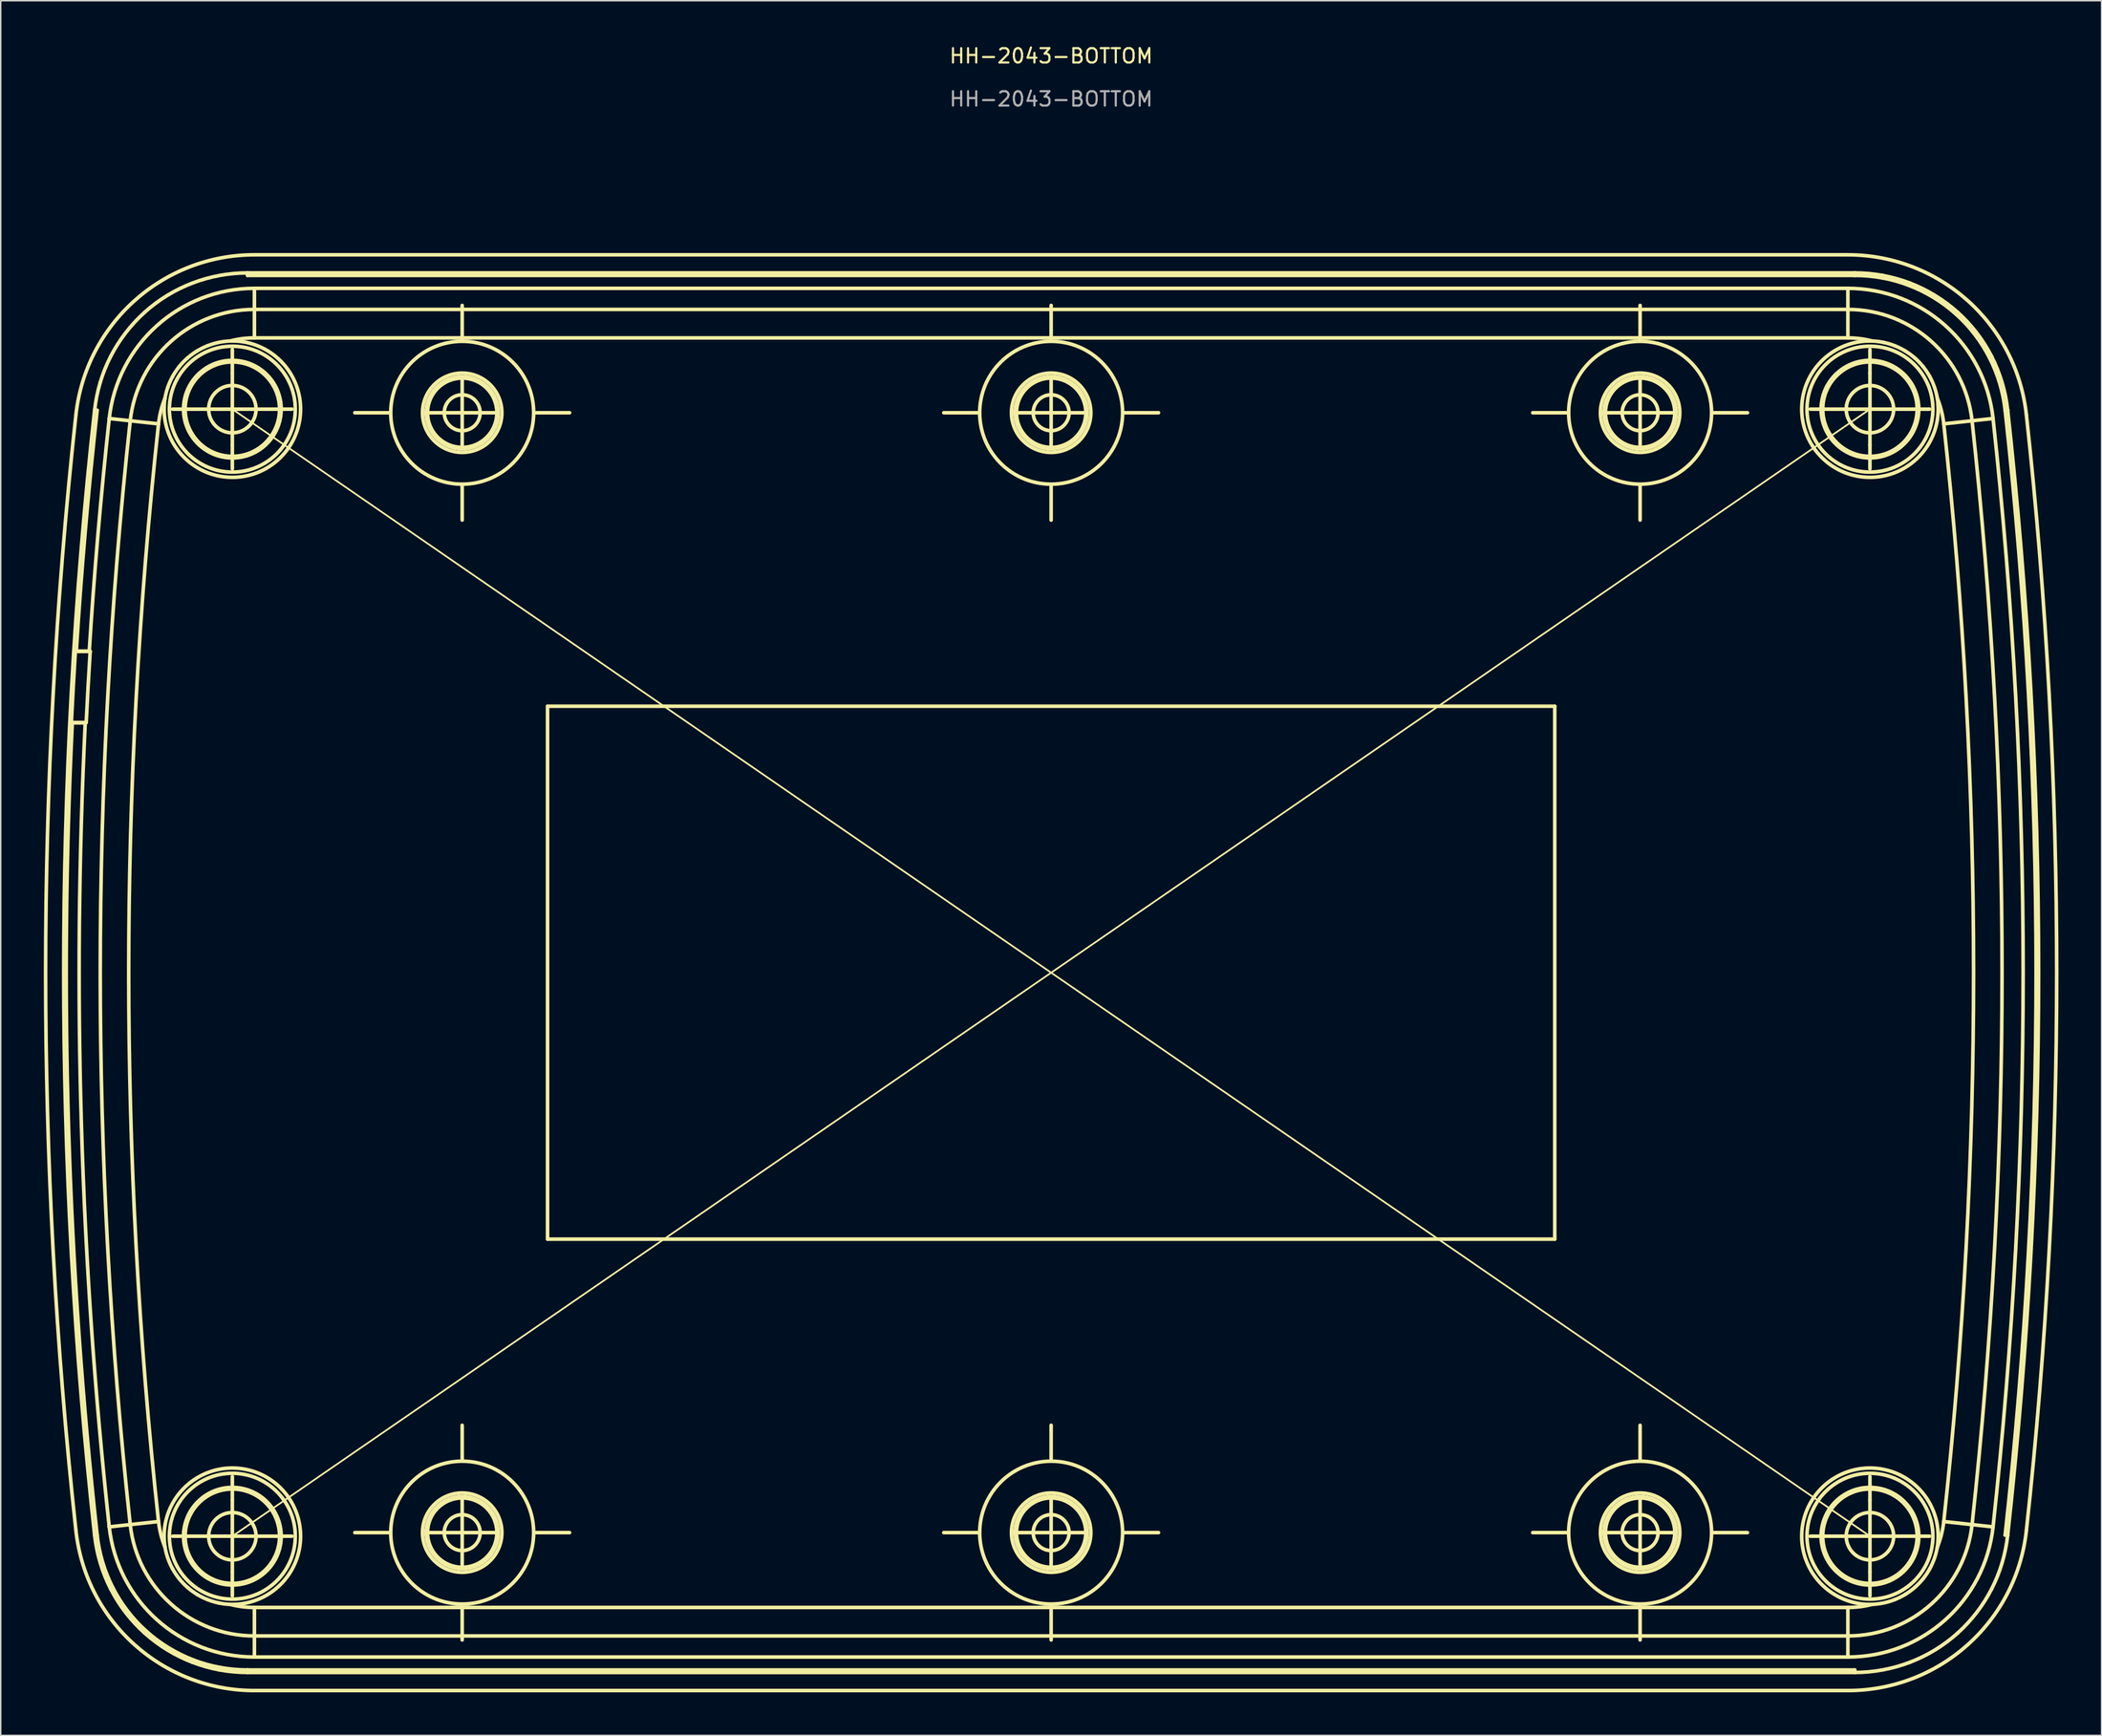
<source format=kicad_pcb>
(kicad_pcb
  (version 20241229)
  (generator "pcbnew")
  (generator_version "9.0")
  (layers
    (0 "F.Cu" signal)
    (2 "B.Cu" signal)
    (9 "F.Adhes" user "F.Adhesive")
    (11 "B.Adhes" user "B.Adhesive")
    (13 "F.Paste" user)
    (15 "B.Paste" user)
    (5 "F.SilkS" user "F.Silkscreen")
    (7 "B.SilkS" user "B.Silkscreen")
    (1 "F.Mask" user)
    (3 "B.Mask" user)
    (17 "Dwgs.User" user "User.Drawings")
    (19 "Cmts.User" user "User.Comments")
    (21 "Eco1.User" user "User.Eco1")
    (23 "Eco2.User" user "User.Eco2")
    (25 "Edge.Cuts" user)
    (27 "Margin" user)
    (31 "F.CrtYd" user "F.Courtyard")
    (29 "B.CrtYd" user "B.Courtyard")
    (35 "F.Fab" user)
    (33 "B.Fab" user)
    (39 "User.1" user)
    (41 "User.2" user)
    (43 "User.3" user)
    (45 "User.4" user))
  (footprint "HH-2043-BOTTOM"
    (layer "F.Cu")
    (at 70.125 64.698)
    (property "Reference" "HH-2043-BOTTOM" (at 0 -63.85 0) (unlocked yes) (layer "F.SilkS") (effects (font (size 1 1) (thickness 0.15))))
    (attr smd)
    (fp_line (start -68.206 -17.426) (end -67.174 -17.426) (stroke (width 0.25) (type solid)) (layer "F.SilkS"))
    (fp_line (start -68.142 -17.4) (end -68.206 -17.426) (stroke (width 0.25) (type solid)) (layer "F.SilkS"))
    (fp_line (start -68.142 -17.4) (end -67.241 -17.4) (stroke (width 0.25) (type solid)) (layer "F.SilkS"))
    (fp_line (start -67.93 -22.374) (end -67.863 -22.4) (stroke (width 0.25) (type solid)) (layer "F.SilkS"))
    (fp_line (start -67.174 -17.426) (end -67.241 -17.4) (stroke (width 0.25) (type solid)) (layer "F.SilkS"))
    (fp_line (start -66.961 -22.4) (end -67.863 -22.4) (stroke (width 0.25) (type solid)) (layer "F.SilkS"))
    (fp_line (start -66.961 -22.4) (end -66.897 -22.374) (stroke (width 0.25) (type solid)) (layer "F.SilkS"))
    (fp_line (start -66.897 -22.374) (end -67.93 -22.374) (stroke (width 0.25) (type solid)) (layer "F.SilkS"))
    (fp_line (start -66.412 -39.174) (end -66.586 -39.193) (stroke (width 0.25) (type solid)) (layer "F.SilkS"))
    (fp_line (start -66.412 39.174) (end -66.586 39.193) (stroke (width 0.25) (type solid)) (layer "F.SilkS"))
    (fp_line (start -64.109 -38.441) (end -65.57 -38.6) (stroke (width 0.25) (type solid)) (layer "F.SilkS"))
    (fp_line (start -64.109 38.441) (end -65.57 38.6) (stroke (width 0.25) (type solid)) (layer "F.SilkS"))
    (fp_line (start -62.139 -38.227) (end -64.109 -38.441) (stroke (width 0.25) (type solid)) (layer "F.SilkS"))
    (fp_line (start -62.139 38.227) (end -64.109 38.441) (stroke (width 0.25) (type solid)) (layer "F.SilkS"))
    (fp_line (start -59.5 -39.25) (end -61.15 -39.25) (stroke (width 0.25) (type solid)) (layer "F.SilkS"))
    (fp_line (start -59.5 39.25) (end -61.15 39.25) (stroke (width 0.25) (type solid)) (layer "F.SilkS"))
    (fp_line (start -57 -41.75) (end -57 -43.4) (stroke (width 0.25) (type solid)) (layer "F.SilkS"))
    (fp_line (start -57 -39.25) (end -59.5 -39.25) (stroke (width 0.25) (type solid)) (layer "F.SilkS"))
    (fp_line (start -57 -39.25) (end -57 -41.75) (stroke (width 0.25) (type solid)) (layer "F.SilkS"))
    (fp_line (start -57 -39.25) (end -57 -36.75) (stroke (width 0.25) (type solid)) (layer "F.SilkS"))
    (fp_line (start -57 -39.25) (end -54.5 -39.25) (stroke (width 0.25) (type solid)) (layer "F.SilkS"))
    (fp_line (start -57 -39.25) (end 57 39.25) (stroke (width 0.12) (type default)) (layer "F.SilkS"))
    (fp_line (start -57 -36.75) (end -57 -35.1) (stroke (width 0.25) (type solid)) (layer "F.SilkS"))
    (fp_line (start -57 36.75) (end -57 35.1) (stroke (width 0.25) (type solid)) (layer "F.SilkS"))
    (fp_line (start -57 39.25) (end -59.5 39.25) (stroke (width 0.25) (type solid)) (layer "F.SilkS"))
    (fp_line (start -57 39.25) (end -57 36.75) (stroke (width 0.25) (type solid)) (layer "F.SilkS"))
    (fp_line (start -57 39.25) (end -57 41.75) (stroke (width 0.25) (type solid)) (layer "F.SilkS"))
    (fp_line (start -57 39.25) (end -54.5 39.25) (stroke (width 0.25) (type solid)) (layer "F.SilkS"))
    (fp_line (start -57 41.75) (end -57 43.4) (stroke (width 0.25) (type solid)) (layer "F.SilkS"))
    (fp_line (start -55.943 48.565) (end -55.943 48.74) (stroke (width 0.25) (type solid)) (layer "F.SilkS"))
    (fp_line (start -55.943 48.565) (end 55.943 48.565) (stroke (width 0.25) (type solid)) (layer "F.SilkS"))
    (fp_line (start -55.943 48.74) (end 55.943 48.74) (stroke (width 0.25) (type solid)) (layer "F.SilkS"))
    (fp_line (start -55.943 -48.565) (end -55.943 -48.74) (stroke (width 0.25) (type solid)) (layer "F.SilkS"))
    (fp_line (start -55.464 -46.196) (end -55.464 -47.665) (stroke (width 0.25) (type solid)) (layer "F.SilkS"))
    (fp_line (start -55.464 -44.214) (end -55.464 -46.196) (stroke (width 0.25) (type solid)) (layer "F.SilkS"))
    (fp_line (start -55.464 -44.214) (end 55.464 -44.214) (stroke (width 0.25) (type solid)) (layer "F.SilkS"))
    (fp_line (start -55.464 44.214) (end -55.464 46.196) (stroke (width 0.25) (type solid)) (layer "F.SilkS"))
    (fp_line (start -55.464 46.196) (end -55.464 47.665) (stroke (width 0.25) (type solid)) (layer "F.SilkS"))
    (fp_line (start -55.464 46.196) (end 55.464 46.196) (stroke (width 0.25) (type solid)) (layer "F.SilkS"))
    (fp_line (start -55.464 47.665) (end 55.464 47.665) (stroke (width 0.25) (type solid)) (layer "F.SilkS"))
    (fp_line (start -55.464 50) (end 55.464 50) (stroke (width 0.25) (type solid)) (layer "F.SilkS"))
    (fp_line (start -54.5 -39.25) (end -52.85 -39.25) (stroke (width 0.25) (type solid)) (layer "F.SilkS"))
    (fp_line (start -54.5 39.25) (end -52.85 39.25) (stroke (width 0.25) (type solid)) (layer "F.SilkS"))
    (fp_line (start -46 -39) (end -48.475 -39) (stroke (width 0.25) (type solid)) (layer "F.SilkS"))
    (fp_line (start -46 39) (end -48.475 39) (stroke (width 0.25) (type solid)) (layer "F.SilkS"))
    (fp_line (start -41 -44) (end -41 -46.475) (stroke (width 0.25) (type solid)) (layer "F.SilkS"))
    (fp_line (start -41 -39) (end -43.5 -39) (stroke (width 0.25) (type solid)) (layer "F.SilkS"))
    (fp_line (start -41 -39) (end -41 -41.5) (stroke (width 0.25) (type solid)) (layer "F.SilkS"))
    (fp_line (start -41 -39) (end -41 -36.5) (stroke (width 0.25) (type solid)) (layer "F.SilkS"))
    (fp_line (start -41 -39) (end -38.5 -39) (stroke (width 0.25) (type solid)) (layer "F.SilkS"))
    (fp_line (start -41 -34) (end -41 -31.525) (stroke (width 0.25) (type solid)) (layer "F.SilkS"))
    (fp_line (start -41 34) (end -41 31.525) (stroke (width 0.25) (type solid)) (layer "F.SilkS"))
    (fp_line (start -41 39) (end -43.5 39) (stroke (width 0.25) (type solid)) (layer "F.SilkS"))
    (fp_line (start -41 39) (end -41 36.5) (stroke (width 0.25) (type solid)) (layer "F.SilkS"))
    (fp_line (start -41 39) (end -41 41.5) (stroke (width 0.25) (type solid)) (layer "F.SilkS"))
    (fp_line (start -41 39) (end -38.5 39) (stroke (width 0.25) (type solid)) (layer "F.SilkS"))
    (fp_line (start -41 44) (end -41 46.475) (stroke (width 0.25) (type solid)) (layer "F.SilkS"))
    (fp_line (start -36 -39) (end -33.525 -39) (stroke (width 0.25) (type solid)) (layer "F.SilkS"))
    (fp_line (start -36 39) (end -33.525 39) (stroke (width 0.25) (type solid)) (layer "F.SilkS"))
    (fp_line (start -35.058 -18.558) (end 35.058 -18.558) (stroke (width 0.25) (type solid)) (layer "F.SilkS"))
    (fp_line (start -35.058 18.558) (end -35.058 -18.558) (stroke (width 0.25) (type solid)) (layer "F.SilkS"))
    (fp_line (start -5 -39) (end -7.475 -39) (stroke (width 0.25) (type solid)) (layer "F.SilkS"))
    (fp_line (start -5 39) (end -7.475 39) (stroke (width 0.25) (type solid)) (layer "F.SilkS"))
    (fp_line (start 0.000005 -44) (end 0.000005 -46.475) (stroke (width 0.25) (type solid)) (layer "F.SilkS"))
    (fp_line (start 0.000005 -39) (end -2.5 -39) (stroke (width 0.25) (type solid)) (layer "F.SilkS"))
    (fp_line (start 0.000005 -39) (end 0.000005 -41.5) (stroke (width 0.25) (type solid)) (layer "F.SilkS"))
    (fp_line (start 0.000005 -39) (end 0.000005 -36.5) (stroke (width 0.25) (type solid)) (layer "F.SilkS"))
    (fp_line (start 0.000005 -39) (end 2.5 -39) (stroke (width 0.25) (type solid)) (layer "F.SilkS"))
    (fp_line (start 0.000005 -34) (end 0.000005 -31.525) (stroke (width 0.25) (type solid)) (layer "F.SilkS"))
    (fp_line (start 0.000005 34) (end 0.000005 31.525) (stroke (width 0.25) (type solid)) (layer "F.SilkS"))
    (fp_line (start 0.000005 39) (end -2.5 39) (stroke (width 0.25) (type solid)) (layer "F.SilkS"))
    (fp_line (start 0.000005 39) (end 0.000005 36.5) (stroke (width 0.25) (type solid)) (layer "F.SilkS"))
    (fp_line (start 0.000005 39) (end 0.000005 41.5) (stroke (width 0.25) (type solid)) (layer "F.SilkS"))
    (fp_line (start 0.000005 39) (end 2.5 39) (stroke (width 0.25) (type solid)) (layer "F.SilkS"))
    (fp_line (start 0.000005 44) (end 0.000005 46.475) (stroke (width 0.25) (type solid)) (layer "F.SilkS"))
    (fp_line (start 5 -39) (end 7.475 -39) (stroke (width 0.25) (type solid)) (layer "F.SilkS"))
    (fp_line (start 5 39) (end 7.475 39) (stroke (width 0.25) (type solid)) (layer "F.SilkS"))
    (fp_line (start 35.058 -18.558) (end 35.058 18.558) (stroke (width 0.25) (type solid)) (layer "F.SilkS"))
    (fp_line (start 35.058 18.558) (end -35.058 18.558) (stroke (width 0.25) (type solid)) (layer "F.SilkS"))
    (fp_line (start 36 -39) (end 33.525 -39) (stroke (width 0.25) (type solid)) (layer "F.SilkS"))
    (fp_line (start 36 39) (end 33.525 39) (stroke (width 0.25) (type solid)) (layer "F.SilkS"))
    (fp_line (start 41 -44) (end 41 -46.475) (stroke (width 0.25) (type solid)) (layer "F.SilkS"))
    (fp_line (start 41 -39) (end 38.5 -39) (stroke (width 0.25) (type solid)) (layer "F.SilkS"))
    (fp_line (start 41 -39) (end 41 -41.5) (stroke (width 0.25) (type solid)) (layer "F.SilkS"))
    (fp_line (start 41 -39) (end 41 -36.5) (stroke (width 0.25) (type solid)) (layer "F.SilkS"))
    (fp_line (start 41 -39) (end 43.5 -39) (stroke (width 0.25) (type solid)) (layer "F.SilkS"))
    (fp_line (start 41 -34) (end 41 -31.525) (stroke (width 0.25) (type solid)) (layer "F.SilkS"))
    (fp_line (start 41 34) (end 41 31.525) (stroke (width 0.25) (type solid)) (layer "F.SilkS"))
    (fp_line (start 41 39) (end 38.5 39) (stroke (width 0.25) (type solid)) (layer "F.SilkS"))
    (fp_line (start 41 39) (end 41 36.5) (stroke (width 0.25) (type solid)) (layer "F.SilkS"))
    (fp_line (start 41 39) (end 41 41.5) (stroke (width 0.25) (type solid)) (layer "F.SilkS"))
    (fp_line (start 41 39) (end 43.5 39) (stroke (width 0.25) (type solid)) (layer "F.SilkS"))
    (fp_line (start 41 44) (end 41 46.475) (stroke (width 0.25) (type solid)) (layer "F.SilkS"))
    (fp_line (start 46 -39) (end 48.475 -39) (stroke (width 0.25) (type solid)) (layer "F.SilkS"))
    (fp_line (start 46 39) (end 48.475 39) (stroke (width 0.25) (type solid)) (layer "F.SilkS"))
    (fp_line (start 54.5 -39.25) (end 52.85 -39.25) (stroke (width 0.25) (type solid)) (layer "F.SilkS"))
    (fp_line (start 54.5 39.25) (end 52.85 39.25) (stroke (width 0.25) (type solid)) (layer "F.SilkS"))
    (fp_line (start 55.464 -50) (end -55.464 -50) (stroke (width 0.25) (type solid)) (layer "F.SilkS"))
    (fp_line (start 55.464 -47.665) (end -55.464 -47.665) (stroke (width 0.25) (type solid)) (layer "F.SilkS"))
    (fp_line (start 55.464 -46.196) (end -55.464 -46.196) (stroke (width 0.25) (type solid)) (layer "F.SilkS"))
    (fp_line (start 55.464 -46.196) (end 55.464 -47.665) (stroke (width 0.25) (type solid)) (layer "F.SilkS"))
    (fp_line (start 55.464 -46.196) (end 55.464 -44.214) (stroke (width 0.25) (type solid)) (layer "F.SilkS"))
    (fp_line (start 55.464 44.214) (end -55.464 44.214) (stroke (width 0.25) (type solid)) (layer "F.SilkS"))
    (fp_line (start 55.464 46.196) (end 55.464 44.214) (stroke (width 0.25) (type solid)) (layer "F.SilkS"))
    (fp_line (start 55.464 46.196) (end 55.464 47.665) (stroke (width 0.25) (type solid)) (layer "F.SilkS"))
    (fp_line (start 55.943 48.565) (end 55.943 48.74) (stroke (width 0.25) (type solid)) (layer "F.SilkS"))
    (fp_line (start 55.943 -48.74) (end -55.943 -48.74) (stroke (width 0.25) (type solid)) (layer "F.SilkS"))
    (fp_line (start 55.943 -48.565) (end -55.943 -48.565) (stroke (width 0.25) (type solid)) (layer "F.SilkS"))
    (fp_line (start 55.943 -48.565) (end 55.943 -48.74) (stroke (width 0.25) (type solid)) (layer "F.SilkS"))
    (fp_line (start 57 -39.25) (end -57 39.25) (stroke (width 0.12) (type default)) (layer "F.SilkS"))
    (fp_line (start 57 -41.75) (end 57 -43.4) (stroke (width 0.25) (type solid)) (layer "F.SilkS"))
    (fp_line (start 57 -39.25) (end 54.5 -39.25) (stroke (width 0.25) (type solid)) (layer "F.SilkS"))
    (fp_line (start 57 -39.25) (end 57 -41.75) (stroke (width 0.25) (type solid)) (layer "F.SilkS"))
    (fp_line (start 57 -39.25) (end 57 -36.75) (stroke (width 0.25) (type solid)) (layer "F.SilkS"))
    (fp_line (start 57 -39.25) (end 59.5 -39.25) (stroke (width 0.25) (type solid)) (layer "F.SilkS"))
    (fp_line (start 57 -36.75) (end 57 -35.1) (stroke (width 0.25) (type solid)) (layer "F.SilkS"))
    (fp_line (start 57 36.75) (end 57 35.1) (stroke (width 0.25) (type solid)) (layer "F.SilkS"))
    (fp_line (start 57 39.25) (end 54.5 39.25) (stroke (width 0.25) (type solid)) (layer "F.SilkS"))
    (fp_line (start 57 39.25) (end 57 36.75) (stroke (width 0.25) (type solid)) (layer "F.SilkS"))
    (fp_line (start 57 39.25) (end 57 41.75) (stroke (width 0.25) (type solid)) (layer "F.SilkS"))
    (fp_line (start 57 39.25) (end 59.5 39.25) (stroke (width 0.25) (type solid)) (layer "F.SilkS"))
    (fp_line (start 57 41.75) (end 57 43.4) (stroke (width 0.25) (type solid)) (layer "F.SilkS"))
    (fp_line (start 59.5 -39.25) (end 61.15 -39.25) (stroke (width 0.25) (type solid)) (layer "F.SilkS"))
    (fp_line (start 59.5 39.25) (end 61.15 39.25) (stroke (width 0.25) (type solid)) (layer "F.SilkS"))
    (fp_line (start 64.109 -38.441) (end 62.139 -38.227) (stroke (width 0.25) (type solid)) (layer "F.SilkS"))
    (fp_line (start 64.109 -38.441) (end 65.57 -38.6) (stroke (width 0.25) (type solid)) (layer "F.SilkS"))
    (fp_line (start 64.109 38.441) (end 62.139 38.227) (stroke (width 0.25) (type solid)) (layer "F.SilkS"))
    (fp_line (start 64.109 38.441) (end 65.57 38.6) (stroke (width 0.25) (type solid)) (layer "F.SilkS"))
    (fp_line (start 66.412 -39.174) (end 66.586 -39.193) (stroke (width 0.25) (type solid)) (layer "F.SilkS"))
    (fp_line (start 66.412 39.174) (end 66.586 39.193) (stroke (width 0.25) (type solid)) (layer "F.SilkS"))
    (fp_arc (start -68.206145 -17.426191) (mid -68.076806 -19.900478) (end -67.930323 -22.373809) (stroke (width 0.25) (type solid)) (layer "F.SilkS"))
    (fp_arc (start -67.890699 -38.853232) (mid -63.810867 -46.804998) (end -55.464164 -50) (stroke (width 0.25) (type solid)) (layer "F.SilkS"))
    (fp_arc (start -67.890699 38.853232) (mid -69.999995 0) (end -67.890699 -38.853232) (stroke (width 0.25) (type solid)) (layer "F.SilkS"))
    (fp_arc (start -67.862934 -22.4) (mid -67.236472 -30.795387) (end -66.412471 -39.173693) (stroke (width 0.25) (type solid)) (layer "F.SilkS"))
    (fp_arc (start -67.173636 -17.426191) (mid -67.043921 -19.900481) (end -66.897013 -22.373809) (stroke (width 0.25) (type solid)) (layer "F.SilkS"))
    (fp_arc (start -66.961112 -22.4) (mid -66.357841 -30.508179) (end -65.569848 -38.600495) (stroke (width 0.25) (type solid)) (layer "F.SilkS"))
    (fp_arc (start -66.586395 39.192869) (mid -68.740446 0) (end -66.586395 -39.192869) (stroke (width 0.25) (type solid)) (layer "F.SilkS"))
    (fp_arc (start -66.412446 39.17392) (mid -68.398594 10.921241) (end -68.141728 -17.4) (stroke (width 0.25) (type solid)) (layer "F.SilkS"))
    (fp_arc (start -65.569848 -38.600495) (mid -62.25199 -45.067146) (end -55.464164 -47.665428) (stroke (width 0.25) (type solid)) (layer "F.SilkS"))
    (fp_arc (start -65.569848 38.600495) (mid -67.50684 10.633114) (end -67.240611 -17.4) (stroke (width 0.25) (type solid)) (layer "F.SilkS"))
    (fp_arc (start -64.109252 -38.441438) (mid -61.270932 -43.973453) (end -55.464164 -46.196197) (stroke (width 0.25) (type solid)) (layer "F.SilkS"))
    (fp_arc (start -64.109252 38.441438) (mid -66.196193 0) (end -64.109252 -38.441438) (stroke (width 0.25) (type solid)) (layer "F.SilkS"))
    (fp_arc (start -62.139174 -38.226899) (mid -61.975164 -39.140451) (end -61.686733 -40.022654) (stroke (width 0.25) (type solid)) (layer "F.SilkS"))
    (fp_arc (start -62.139174 38.226899) (mid -64.214468 0) (end -62.139174 -38.226899) (stroke (width 0.25) (type solid)) (layer "F.SilkS"))
    (fp_arc (start -61.686733 40.022654) (mid -61.975164 39.14045) (end -62.139174 38.226899) (stroke (width 0.25) (type solid)) (layer "F.SilkS"))
    (fp_arc (start -61.686733 40.022654) (mid -53.866818 35.679897) (end -57.157738 43.99738) (stroke (width 0.25) (type solid)) (layer "F.SilkS"))
    (fp_arc (start -57.157738 -43.99738) (mid -53.866816 -35.679894) (end -61.686733 -40.022654) (stroke (width 0.25) (type solid)) (layer "F.SilkS"))
    (fp_arc (start -57.157738 -43.99738) (mid -56.31788 -44.159978) (end -55.464164 -44.214472) (stroke (width 0.25) (type solid)) (layer "F.SilkS"))
    (fp_arc (start -55.464164 44.214472) (mid -56.31788 44.159979) (end -57.157738 43.99738) (stroke (width 0.25) (type solid)) (layer "F.SilkS"))
    (fp_arc (start -55.464164 46.196197) (mid -61.270921 43.973435) (end -64.109252 38.441438) (stroke (width 0.25) (type solid)) (layer "F.SilkS"))
    (fp_arc (start -55.464164 47.665428) (mid -62.251979 45.067129) (end -65.569848 38.600495) (stroke (width 0.25) (type solid)) (layer "F.SilkS"))
    (fp_arc (start -55.464164 50) (mid -63.810856 46.804981) (end -67.890699 38.853232) (stroke (width 0.25) (type solid)) (layer "F.SilkS"))
    (fp_arc (start 55.464174 -50) (mid 63.810866 -46.804981) (end 67.890708 -38.853232) (stroke (width 0.25) (type solid)) (layer "F.SilkS"))
    (fp_arc (start 55.464174 -47.665428) (mid 62.251989 -45.067129) (end 65.569857 -38.600495) (stroke (width 0.25) (type solid)) (layer "F.SilkS"))
    (fp_arc (start 55.464174 -46.196197) (mid 61.270899 -43.973418) (end 64.109261 -38.441438) (stroke (width 0.25) (type solid)) (layer "F.SilkS"))
    (fp_arc (start 55.464174 -44.214472) (mid 56.317888 -44.159972) (end 57.157747 -43.99738) (stroke (width 0.25) (type solid)) (layer "F.SilkS"))
    (fp_arc (start 57.157747 43.99738) (mid 56.317889 44.159983) (end 55.464174 44.214472) (stroke (width 0.25) (type solid)) (layer "F.SilkS"))
    (fp_arc (start 57.157747 43.99738) (mid 53.866847 35.679824) (end 61.686742 40.022654) (stroke (width 0.25) (type solid)) (layer "F.SilkS"))
    (fp_arc (start 61.686742 -40.022654) (mid 53.866808 -35.679894) (end 57.157747 -43.99738) (stroke (width 0.25) (type solid)) (layer "F.SilkS"))
    (fp_arc (start 61.686742 -40.022654) (mid 61.975164 -39.140448) (end 62.139183 -38.226899) (stroke (width 0.25) (type solid)) (layer "F.SilkS"))
    (fp_arc (start 62.139183 -38.226899) (mid 64.214477 0) (end 62.139183 38.226899) (stroke (width 0.25) (type solid)) (layer "F.SilkS"))
    (fp_arc (start 62.139183 38.226899) (mid 61.975166 39.140448) (end 61.686742 40.022654) (stroke (width 0.25) (type solid)) (layer "F.SilkS"))
    (fp_arc (start 64.109261 -38.441438) (mid 66.196202 0) (end 64.109261 38.441438) (stroke (width 0.25) (type solid)) (layer "F.SilkS"))
    (fp_arc (start 64.109261 38.441438) (mid 61.270928 43.973435) (end 55.464174 46.196197) (stroke (width 0.25) (type solid)) (layer "F.SilkS"))
    (fp_arc (start 65.569857 -38.600495) (mid 67.665432 0) (end 65.569857 38.600495) (stroke (width 0.25) (type solid)) (layer "F.SilkS"))
    (fp_arc (start 65.569857 38.600495) (mid 62.251985 45.067129) (end 55.464174 47.665428) (stroke (width 0.25) (type solid)) (layer "F.SilkS"))
    (fp_arc (start 66.412456 -39.17392) (mid 68.565478 -0.000114) (end 66.41248 39.173693) (stroke (width 0.25) (type solid)) (layer "F.SilkS"))
    (fp_arc (start 66.586404 -39.192869) (mid 68.740455 0) (end 66.586404 39.192869) (stroke (width 0.25) (type solid)) (layer "F.SilkS"))
    (fp_arc (start 67.890708 -38.853232) (mid 70.000005 0) (end 67.890708 38.853232) (stroke (width 0.25) (type solid)) (layer "F.SilkS"))
    (fp_arc (start 67.890708 38.853232) (mid 63.810862 46.804981) (end 55.464174 50) (stroke (width 0.25) (type solid)) (layer "F.SilkS"))
    (fp_circle (center -57 -39.25) (end -55.35 -39.25) (stroke (width 0.25) (type solid)) (fill no) (layer "F.SilkS"))
    (fp_circle (center -57 -39.25) (end -53.715 -39.25) (stroke (width 0.25) (type solid)) (fill no) (layer "F.SilkS"))
    (fp_circle (center -57 -39.25) (end -53.6 -39.25) (stroke (width 0.25) (type solid)) (fill no) (layer "F.SilkS"))
    (fp_circle (center -57 -39.25) (end -52.617 -39.25) (stroke (width 0.25) (type solid)) (fill no) (layer "F.SilkS"))
    (fp_circle (center -57 39.25) (end -55.35 39.25) (stroke (width 0.25) (type solid)) (fill no) (layer "F.SilkS"))
    (fp_circle (center -57 39.25) (end -53.715 39.25) (stroke (width 0.25) (type solid)) (fill no) (layer "F.SilkS"))
    (fp_circle (center -57 39.25) (end -53.6 39.25) (stroke (width 0.25) (type solid)) (fill no) (layer "F.SilkS"))
    (fp_circle (center -57 39.25) (end -52.617 39.25) (stroke (width 0.25) (type solid)) (fill no) (layer "F.SilkS"))
    (fp_circle (center -41 -39) (end -39.75 -39) (stroke (width 0.25) (type solid)) (fill no) (layer "F.SilkS"))
    (fp_circle (center -41 -39) (end -38.587 -39) (stroke (width 0.25) (type solid)) (fill no) (layer "F.SilkS"))
    (fp_circle (center -41 -39) (end -38.487 -39) (stroke (width 0.25) (type solid)) (fill no) (layer "F.SilkS"))
    (fp_circle (center -41 -39) (end -38.237 -39) (stroke (width 0.25) (type solid)) (fill no) (layer "F.SilkS"))
    (fp_circle (center -41 -39) (end -36.025 -39) (stroke (width 0.25) (type solid)) (fill no) (layer "F.SilkS"))
    (fp_circle (center -41 39) (end -39.75 39) (stroke (width 0.25) (type solid)) (fill no) (layer "F.SilkS"))
    (fp_circle (center -41 39) (end -38.587 39) (stroke (width 0.25) (type solid)) (fill no) (layer "F.SilkS"))
    (fp_circle (center -41 39) (end -38.487 39) (stroke (width 0.25) (type solid)) (fill no) (layer "F.SilkS"))
    (fp_circle (center -41 39) (end -38.237 39) (stroke (width 0.25) (type solid)) (fill no) (layer "F.SilkS"))
    (fp_circle (center -41 39) (end -36.025 39) (stroke (width 0.25) (type solid)) (fill no) (layer "F.SilkS"))
    (fp_circle (center 0.000005 -39) (end 1.25 -39) (stroke (width 0.25) (type solid)) (fill no) (layer "F.SilkS"))
    (fp_circle (center 0.000005 -39) (end 2.413 -39) (stroke (width 0.25) (type solid)) (fill no) (layer "F.SilkS"))
    (fp_circle (center 0.000005 -39) (end 2.513 -39) (stroke (width 0.25) (type solid)) (fill no) (layer "F.SilkS"))
    (fp_circle (center 0.000005 -39) (end 2.763 -39) (stroke (width 0.25) (type solid)) (fill no) (layer "F.SilkS"))
    (fp_circle (center 0.000005 -39) (end 4.975 -39) (stroke (width 0.25) (type solid)) (fill no) (layer "F.SilkS"))
    (fp_circle (center 0.000005 39) (end 1.25 39) (stroke (width 0.25) (type solid)) (fill no) (layer "F.SilkS"))
    (fp_circle (center 0.000005 39) (end 2.413 39) (stroke (width 0.25) (type solid)) (fill no) (layer "F.SilkS"))
    (fp_circle (center 0.000005 39) (end 2.513 39) (stroke (width 0.25) (type solid)) (fill no) (layer "F.SilkS"))
    (fp_circle (center 0.000005 39) (end 2.763 39) (stroke (width 0.25) (type solid)) (fill no) (layer "F.SilkS"))
    (fp_circle (center 0.000005 39) (end 4.975 39) (stroke (width 0.25) (type solid)) (fill no) (layer "F.SilkS"))
    (fp_circle (center 41 -39) (end 42.25 -39) (stroke (width 0.25) (type solid)) (fill no) (layer "F.SilkS"))
    (fp_circle (center 41 -39) (end 43.413 -39) (stroke (width 0.25) (type solid)) (fill no) (layer "F.SilkS"))
    (fp_circle (center 41 -39) (end 43.513 -39) (stroke (width 0.25) (type solid)) (fill no) (layer "F.SilkS"))
    (fp_circle (center 41 -39) (end 43.763 -39) (stroke (width 0.25) (type solid)) (fill no) (layer "F.SilkS"))
    (fp_circle (center 41 -39) (end 45.975 -39) (stroke (width 0.25) (type solid)) (fill no) (layer "F.SilkS"))
    (fp_circle (center 41 39) (end 42.25 39) (stroke (width 0.25) (type solid)) (fill no) (layer "F.SilkS"))
    (fp_circle (center 41 39) (end 43.413 39) (stroke (width 0.25) (type solid)) (fill no) (layer "F.SilkS"))
    (fp_circle (center 41 39) (end 43.513 39) (stroke (width 0.25) (type solid)) (fill no) (layer "F.SilkS"))
    (fp_circle (center 41 39) (end 43.763 39) (stroke (width 0.25) (type solid)) (fill no) (layer "F.SilkS"))
    (fp_circle (center 41 39) (end 45.975 39) (stroke (width 0.25) (type solid)) (fill no) (layer "F.SilkS"))
    (fp_circle (center 57 -39.25) (end 58.65 -39.25) (stroke (width 0.25) (type solid)) (fill no) (layer "F.SilkS"))
    (fp_circle (center 57 -39.25) (end 60.285 -39.25) (stroke (width 0.25) (type solid)) (fill no) (layer "F.SilkS"))
    (fp_circle (center 57 -39.25) (end 60.4 -39.25) (stroke (width 0.25) (type solid)) (fill no) (layer "F.SilkS"))
    (fp_circle (center 57 -39.25) (end 61.383 -39.25) (stroke (width 0.25) (type solid)) (fill no) (layer "F.SilkS"))
    (fp_circle (center 57 39.25) (end 58.65 39.25) (stroke (width 0.25) (type solid)) (fill no) (layer "F.SilkS"))
    (fp_circle (center 57 39.25) (end 60.285 39.25) (stroke (width 0.25) (type solid)) (fill no) (layer "F.SilkS"))
    (fp_circle (center 57 39.25) (end 60.4 39.25) (stroke (width 0.25) (type solid)) (fill no) (layer "F.SilkS"))
    (fp_circle (center 57 39.25) (end 61.383 39.25) (stroke (width 0.25) (type solid)) (fill no) (layer "F.SilkS"))
    (fp_curve (pts (xy -66.586 39.193) (xy -66.446 40.483) (xy -66.065 41.758) (xy -65.471 42.921)) (stroke (width 0.25) (type solid)) (layer "F.SilkS"))
    (fp_curve (pts (xy -66.412 39.174) (xy -66.274 40.442) (xy -65.9 41.698) (xy -65.315 42.842)) (stroke (width 0.25) (type solid)) (layer "F.SilkS"))
    (fp_curve (pts (xy -66.196 -41.12) (xy -66.383 -40.494) (xy -66.515 -39.844) (xy -66.586 -39.193)) (stroke (width 0.25) (type solid)) (layer "F.SilkS"))
    (fp_curve (pts (xy -65.471 42.921) (xy -64.877 44.084) (xy -64.069 45.134) (xy -63.096 46.005)) (stroke (width 0.25) (type solid)) (layer "F.SilkS"))
    (fp_curve (pts (xy -65.469 -42.926) (xy -65.766 -42.348) (xy -66.008 -41.746) (xy -66.196 -41.12)) (stroke (width 0.25) (type solid)) (layer "F.SilkS"))
    (fp_curve (pts (xy -65.315 42.842) (xy -64.731 43.986) (xy -63.936 45.019) (xy -62.979 45.875)) (stroke (width 0.25) (type solid)) (layer "F.SilkS"))
    (fp_curve (pts (xy -63.096 46.005) (xy -62.124 46.876) (xy -60.987 47.568) (xy -59.775 48.034)) (stroke (width 0.25) (type solid)) (layer "F.SilkS"))
    (fp_curve (pts (xy -63.093 -46.008) (xy -64.064 -45.136) (xy -64.875 -44.081) (xy -65.469 -42.926)) (stroke (width 0.25) (type solid)) (layer "F.SilkS"))
    (fp_curve (pts (xy -62.979 45.875) (xy -62.023 46.732) (xy -60.905 47.413) (xy -59.712 47.87)) (stroke (width 0.25) (type solid)) (layer "F.SilkS"))
    (fp_curve (pts (xy -61.687 -40.023) (xy -61.643 -40.28) (xy -61.577 -40.534) (xy -61.49 -40.784)) (stroke (width 0.25) (type solid)) (layer "F.SilkS"))
    (fp_curve (pts (xy -61.49 -40.784) (xy -61.403 -41.035) (xy -61.293 -41.284) (xy -61.161 -41.523)) (stroke (width 0.25) (type solid)) (layer "F.SilkS"))
    (fp_curve (pts (xy -61.161 -41.523) (xy -61.029 -41.763) (xy -60.877 -41.991) (xy -60.705 -42.206)) (stroke (width 0.25) (type solid)) (layer "F.SilkS"))
    (fp_curve (pts (xy -61.159 41.528) (xy -61.422 41.051) (xy -61.598 40.537) (xy -61.687 40.023)) (stroke (width 0.25) (type solid)) (layer "F.SilkS"))
    (fp_curve (pts (xy -60.705 -42.206) (xy -60.532 -42.421) (xy -60.337 -42.626) (xy -60.128 -42.809)) (stroke (width 0.25) (type solid)) (layer "F.SilkS"))
    (fp_curve (pts (xy -60.698 42.214) (xy -60.872 41.998) (xy -61.027 41.766) (xy -61.159 41.528)) (stroke (width 0.25) (type solid)) (layer "F.SilkS"))
    (fp_curve (pts (xy -60.128 -42.809) (xy -59.919 -42.993) (xy -59.696 -43.157) (xy -59.459 -43.301)) (stroke (width 0.25) (type solid)) (layer "F.SilkS"))
    (fp_curve (pts (xy -60.123 42.813) (xy -60.333 42.63) (xy -60.524 42.43) (xy -60.698 42.214)) (stroke (width 0.25) (type solid)) (layer "F.SilkS"))
    (fp_curve (pts (xy -59.775 48.034) (xy -59.168 48.266) (xy -58.543 48.442) (xy -57.901 48.561)) (stroke (width 0.25) (type solid)) (layer "F.SilkS"))
    (fp_curve (pts (xy -59.77 -48.035) (xy -60.991 -47.57) (xy -62.122 -46.881) (xy -63.093 -46.008)) (stroke (width 0.25) (type solid)) (layer "F.SilkS"))
    (fp_curve (pts (xy -59.712 47.87) (xy -59.116 48.099) (xy -58.501 48.272) (xy -57.869 48.389)) (stroke (width 0.25) (type solid)) (layer "F.SilkS"))
    (fp_curve (pts (xy -59.459 -43.301) (xy -59.222 -43.446) (xy -58.972 -43.57) (xy -58.718 -43.669)) (stroke (width 0.25) (type solid)) (layer "F.SilkS"))
    (fp_curve (pts (xy -59.45 43.307) (xy -59.685 43.164) (xy -59.914 42.997) (xy -60.123 42.813)) (stroke (width 0.25) (type solid)) (layer "F.SilkS"))
    (fp_curve (pts (xy -58.718 -43.669) (xy -58.212 -43.868) (xy -57.679 -43.976) (xy -57.158 -43.997)) (stroke (width 0.25) (type solid)) (layer "F.SilkS"))
    (fp_curve (pts (xy -58.714 43.671) (xy -58.969 43.571) (xy -59.214 43.45) (xy -59.45 43.307)) (stroke (width 0.25) (type solid)) (layer "F.SilkS"))
    (fp_curve (pts (xy -57.938 43.901) (xy -58.198 43.848) (xy -58.459 43.771) (xy -58.714 43.671)) (stroke (width 0.25) (type solid)) (layer "F.SilkS"))
    (fp_curve (pts (xy -57.901 48.561) (xy -57.258 48.679) (xy -56.598 48.74) (xy -55.943 48.74)) (stroke (width 0.25) (type solid)) (layer "F.SilkS"))
    (fp_curve (pts (xy -57.869 48.389) (xy -57.237 48.505) (xy -56.587 48.565) (xy -55.943 48.565)) (stroke (width 0.25) (type solid)) (layer "F.SilkS"))
    (fp_curve (pts (xy -57.158 43.997) (xy -57.418 43.987) (xy -57.679 43.955) (xy -57.938 43.901)) (stroke (width 0.25) (type solid)) (layer "F.SilkS"))
    (fp_curve (pts (xy -55.943 -48.74) (xy -57.24 -48.74) (xy -58.55 -48.5) (xy -59.77 -48.035)) (stroke (width 0.25) (type solid)) (layer "F.SilkS"))
    (fp_curve (pts (xy 55.943 48.74) (xy 57.24 48.74) (xy 58.55 48.5) (xy 59.77 48.035)) (stroke (width 0.25) (type solid)) (layer "F.SilkS"))
    (fp_curve (pts (xy 57.158 -43.997) (xy 57.418 -43.987) (xy 57.679 -43.955) (xy 57.938 -43.901)) (stroke (width 0.25) (type solid)) (layer "F.SilkS"))
    (fp_curve (pts (xy 57.869 -48.389) (xy 57.237 -48.505) (xy 56.587 -48.565) (xy 55.943 -48.565)) (stroke (width 0.25) (type solid)) (layer "F.SilkS"))
    (fp_curve (pts (xy 57.901 -48.561) (xy 57.258 -48.679) (xy 56.598 -48.74) (xy 55.943 -48.74)) (stroke (width 0.25) (type solid)) (layer "F.SilkS"))
    (fp_curve (pts (xy 57.938 -43.901) (xy 58.198 -43.848) (xy 58.459 -43.771) (xy 58.714 -43.671)) (stroke (width 0.25) (type solid)) (layer "F.SilkS"))
    (fp_curve (pts (xy 58.714 -43.671) (xy 58.969 -43.571) (xy 59.214 -43.45) (xy 59.45 -43.307)) (stroke (width 0.25) (type solid)) (layer "F.SilkS"))
    (fp_curve (pts (xy 58.718 43.669) (xy 58.212 43.868) (xy 57.679 43.976) (xy 57.158 43.997)) (stroke (width 0.25) (type solid)) (layer "F.SilkS"))
    (fp_curve (pts (xy 59.45 -43.307) (xy 59.685 -43.164) (xy 59.914 -42.997) (xy 60.123 -42.813)) (stroke (width 0.25) (type solid)) (layer "F.SilkS"))
    (fp_curve (pts (xy 59.459 43.301) (xy 59.222 43.446) (xy 58.972 43.57) (xy 58.718 43.669)) (stroke (width 0.25) (type solid)) (layer "F.SilkS"))
    (fp_curve (pts (xy 59.712 -47.87) (xy 59.116 -48.099) (xy 58.501 -48.272) (xy 57.869 -48.389)) (stroke (width 0.25) (type solid)) (layer "F.SilkS"))
    (fp_curve (pts (xy 59.77 48.035) (xy 60.991 47.57) (xy 62.122 46.881) (xy 63.093 46.008)) (stroke (width 0.25) (type solid)) (layer "F.SilkS"))
    (fp_curve (pts (xy 59.775 -48.034) (xy 59.168 -48.266) (xy 58.543 -48.442) (xy 57.901 -48.561)) (stroke (width 0.25) (type solid)) (layer "F.SilkS"))
    (fp_curve (pts (xy 60.123 -42.813) (xy 60.333 -42.63) (xy 60.524 -42.43) (xy 60.698 -42.214)) (stroke (width 0.25) (type solid)) (layer "F.SilkS"))
    (fp_curve (pts (xy 60.128 42.809) (xy 59.919 42.993) (xy 59.696 43.157) (xy 59.459 43.301)) (stroke (width 0.25) (type solid)) (layer "F.SilkS"))
    (fp_curve (pts (xy 60.698 -42.214) (xy 60.872 -41.998) (xy 61.027 -41.766) (xy 61.159 -41.528)) (stroke (width 0.25) (type solid)) (layer "F.SilkS"))
    (fp_curve (pts (xy 60.705 42.206) (xy 60.532 42.421) (xy 60.337 42.626) (xy 60.128 42.809)) (stroke (width 0.25) (type solid)) (layer "F.SilkS"))
    (fp_curve (pts (xy 61.159 -41.528) (xy 61.422 -41.051) (xy 61.598 -40.537) (xy 61.687 -40.023)) (stroke (width 0.25) (type solid)) (layer "F.SilkS"))
    (fp_curve (pts (xy 61.161 41.523) (xy 61.029 41.763) (xy 60.877 41.991) (xy 60.705 42.206)) (stroke (width 0.25) (type solid)) (layer "F.SilkS"))
    (fp_curve (pts (xy 61.49 40.784) (xy 61.403 41.035) (xy 61.293 41.284) (xy 61.161 41.523)) (stroke (width 0.25) (type solid)) (layer "F.SilkS"))
    (fp_curve (pts (xy 61.687 40.023) (xy 61.643 40.28) (xy 61.577 40.534) (xy 61.49 40.784)) (stroke (width 0.25) (type solid)) (layer "F.SilkS"))
    (fp_curve (pts (xy 62.979 -45.875) (xy 62.023 -46.732) (xy 60.905 -47.413) (xy 59.712 -47.87)) (stroke (width 0.25) (type solid)) (layer "F.SilkS"))
    (fp_curve (pts (xy 63.093 46.008) (xy 64.064 45.136) (xy 64.875 44.081) (xy 65.469 42.926)) (stroke (width 0.25) (type solid)) (layer "F.SilkS"))
    (fp_curve (pts (xy 63.096 -46.005) (xy 62.124 -46.876) (xy 60.987 -47.568) (xy 59.775 -48.034)) (stroke (width 0.25) (type solid)) (layer "F.SilkS"))
    (fp_curve (pts (xy 65.315 -42.842) (xy 64.731 -43.986) (xy 63.936 -45.019) (xy 62.979 -45.875)) (stroke (width 0.25) (type solid)) (layer "F.SilkS"))
    (fp_curve (pts (xy 65.469 42.926) (xy 65.766 42.348) (xy 66.008 41.746) (xy 66.196 41.12)) (stroke (width 0.25) (type solid)) (layer "F.SilkS"))
    (fp_curve (pts (xy 65.471 -42.921) (xy 64.877 -44.084) (xy 64.069 -45.134) (xy 63.096 -46.005)) (stroke (width 0.25) (type solid)) (layer "F.SilkS"))
    (fp_curve (pts (xy 66.196 41.12) (xy 66.383 40.494) (xy 66.515 39.844) (xy 66.586 39.193)) (stroke (width 0.25) (type solid)) (layer "F.SilkS"))
    (fp_curve (pts (xy 66.412 -39.174) (xy 66.274 -40.442) (xy 65.9 -41.698) (xy 65.315 -42.842)) (stroke (width 0.25) (type solid)) (layer "F.SilkS"))
    (fp_curve (pts (xy 66.586 -39.193) (xy 66.446 -40.483) (xy 66.065 -41.758) (xy 65.471 -42.921)) (stroke (width 0.25) (type solid)) (layer "F.SilkS"))
    (fp_text user "${REFERENCE}" (at 0 -60.85 0) (unlocked yes) (layer "F.Fab") (effects (font (size 1 1) (thickness 0.15)))))
  (gr_rect
    (start -3 -3)
    (end 143.25 117.823)
    (stroke (width 0.1) (type default))
    (fill no)
    (layer "Edge.Cuts")))
</source>
